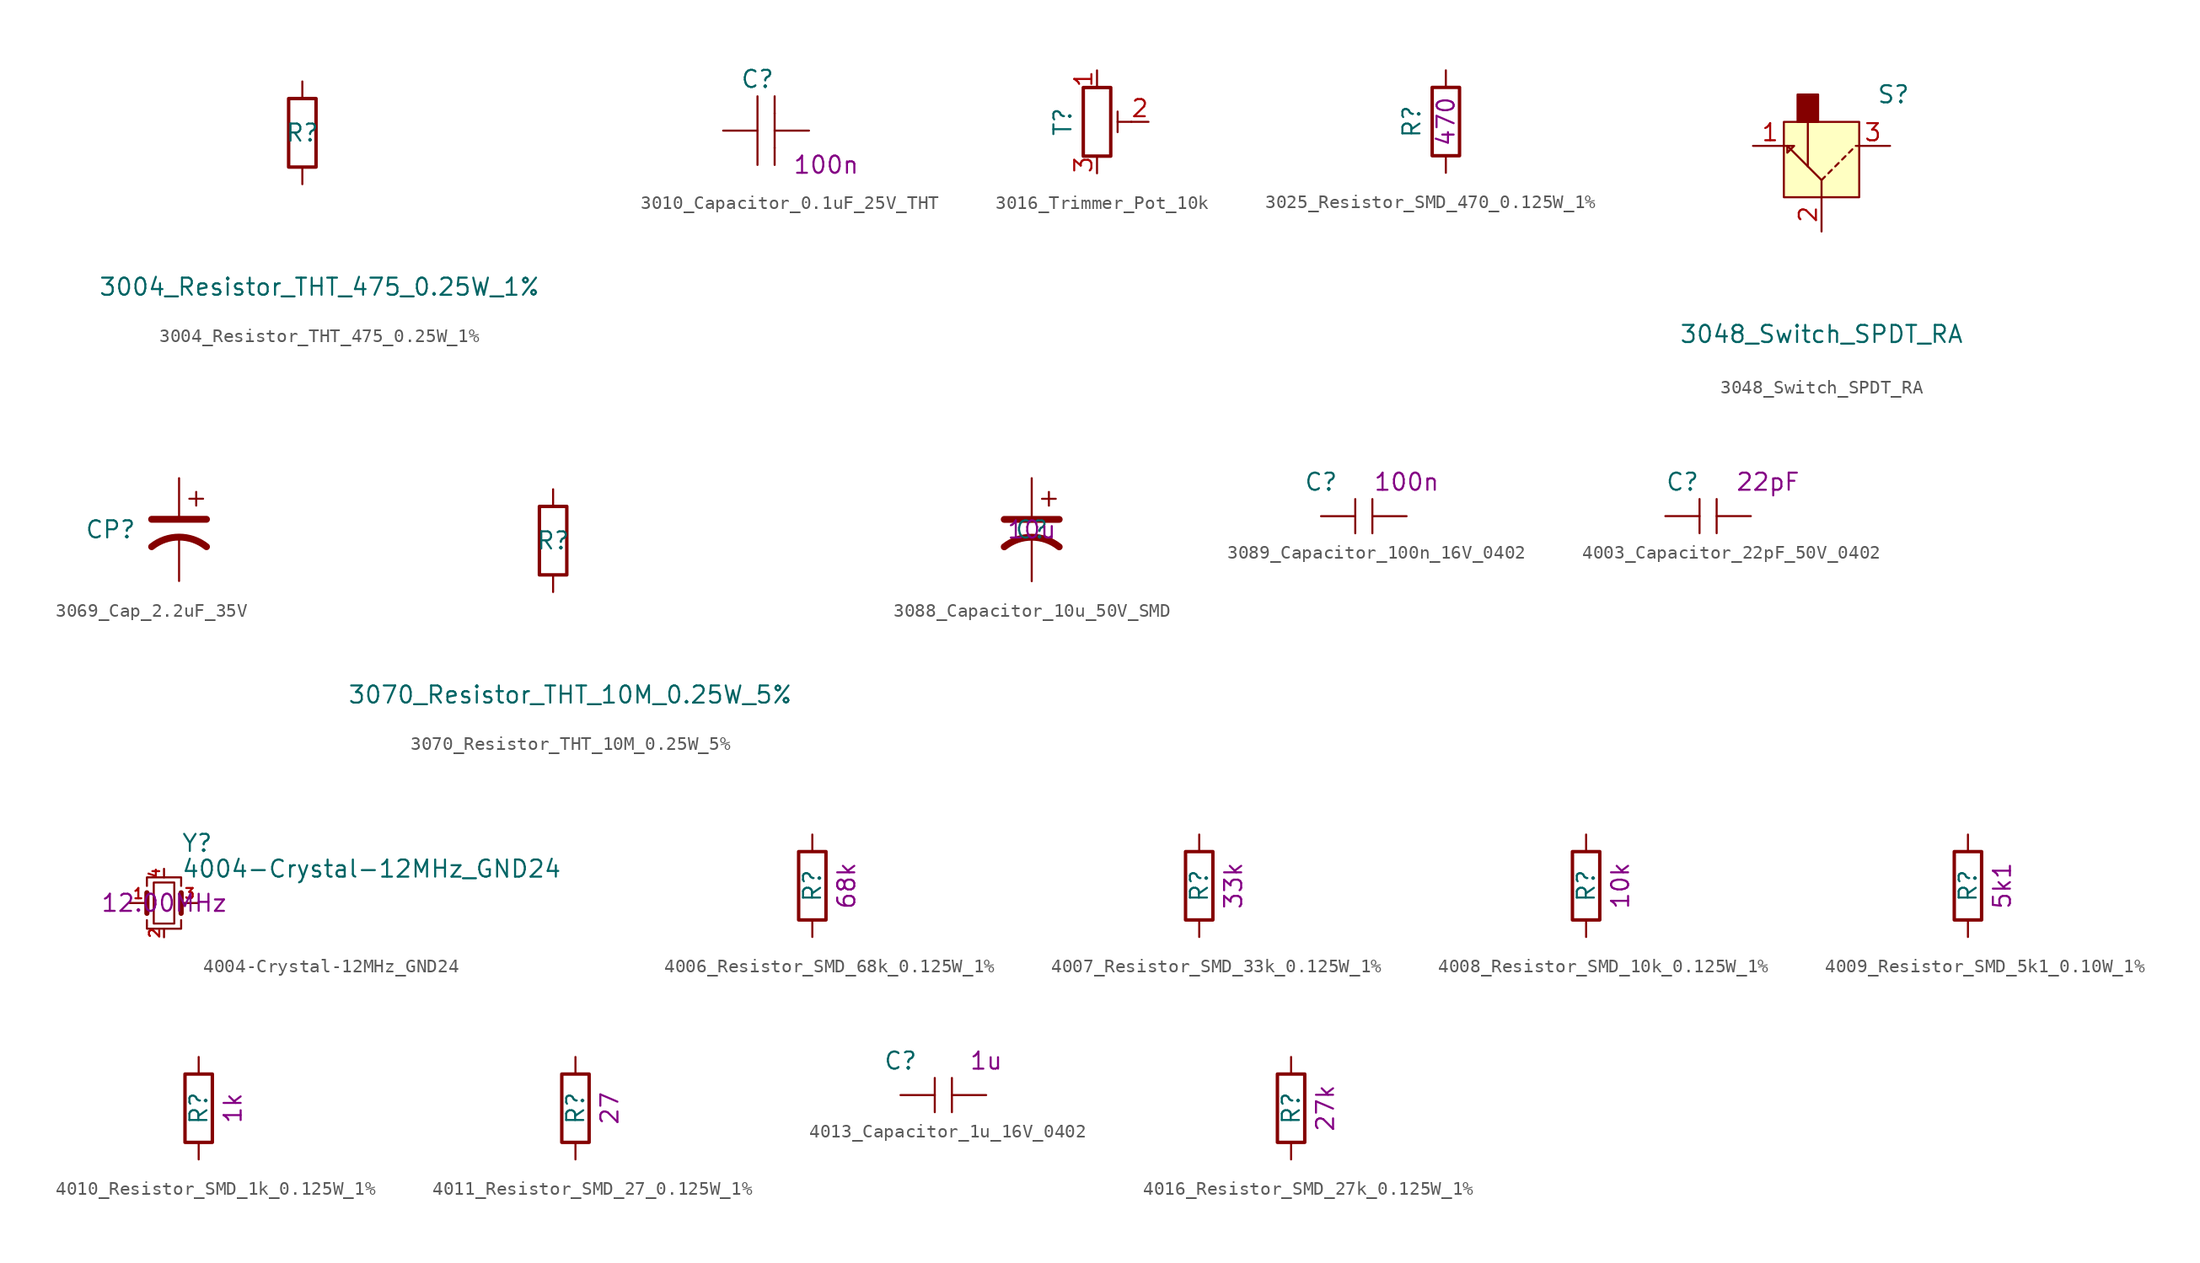
<source format=kicad_sym>
(kicad_symbol_lib
  (version 20211014)
  (generator kicad_symbol_editor)
  (symbol "3004_Resistor_THT_475_0.25W_1%"
    (pin_numbers hide)
    (pin_names
      (offset 1.016))
    (property "Reference" "R"
      (at 0 0 0)
      (effects (font (size 1.27 1.27))))
    (property "Value" "3004_Resistor_THT_475_0.25W_1%"
      (at 1.27 -11.43 0)
      (effects (font (size 1.27 1.27))))
    (symbol "3004_Resistor_THT_475_0.25W_1%_1_1"
      (rectangle (start -1.016 -2.54) (end 1.016 2.54) (stroke (width 0.254) (type default) (color 0 0 0 0)) (fill (type none)))
      (pin passive line (at 0 3.81 270) (length 1.27) (name "~" (effects (font (size 1.27 1.27)))) (number "1" (effects (font (size 1.27 1.27)))))
      (pin passive line (at 0 -3.81 90) (length 1.27) (name "~" (effects (font (size 1.27 1.27)))) (number "2" (effects (font (size 1.27 1.27)))))))
  (symbol "3010_Capacitor_0.1uF_25V_THT"
    (pin_numbers hide)
    (pin_names
      (offset 1.016) hide)
    (property "Reference" "C"
      (at -1.27 3.81 0)
      (effects (font (size 1.27 1.27))))
    (property "Val" "100n"
      (at 3.81 -2.54 0)
      (effects (font (size 1.27 1.27))))
    (symbol "3010_Capacitor_0.1uF_25V_THT_0_1"
      (polyline (pts (xy -1.27 -2.54) (xy -1.27 2.54)) (stroke (width 0) (type default) (color 0 0 0 0)) (fill (type none)))
      (polyline (pts (xy 0 -1.27) (xy 0 -2.54)) (stroke (width 0) (type default) (color 0 0 0 0)) (fill (type none)))
      (polyline (pts (xy 0 1.27) (xy 0 -1.27)) (stroke (width 0) (type default) (color 0 0 0 0)) (fill (type none)))
      (polyline (pts (xy 0 1.27) (xy 0 2.54)) (stroke (width 0) (type default) (color 0 0 0 0)) (fill (type none))))
    (symbol "3010_Capacitor_0.1uF_25V_THT_1_1"
      (pin passive line (at -3.81 0 0) (length 2.54) (name "~" (effects (font (size 1.27 1.27)))) (number "1" (effects (font (size 1.27 1.27)))))
      (pin passive line (at 2.54 0 180) (length 2.54) (name "~" (effects (font (size 1.27 1.27)))) (number "2" (effects (font (size 1.27 1.27)))))))
  (symbol "3016_Trimmer_Pot_10k"
    (pin_names
      (offset 1.016) hide)
    (property "Reference" "T"
      (at -2.54 0 90)
      (effects (font (size 1.27 1.27))))
    (symbol "3016_Trimmer_Pot_10k_0_1"
      (polyline (pts (xy 1.524 0.762) (xy 1.524 -0.762)) (stroke (width 0) (type default) (color 0 0 0 0)) (fill (type none)))
      (polyline (pts (xy 2.54 0) (xy 1.524 0)) (stroke (width 0) (type default) (color 0 0 0 0)) (fill (type none)))
      (rectangle (start 1.016 2.54) (end -1.016 -2.54) (stroke (width 0.254) (type default) (color 0 0 0 0)) (fill (type none))))
    (symbol "3016_Trimmer_Pot_10k_1_1"
      (pin passive line (at 0 3.81 270) (length 1.27) (name "1" (effects (font (size 1.27 1.27)))) (number "1" (effects (font (size 1.27 1.27)))))
      (pin passive line (at 3.81 0 180) (length 1.27) (name "2" (effects (font (size 1.27 1.27)))) (number "2" (effects (font (size 1.27 1.27)))))
      (pin passive line (at 0 -3.81 90) (length 1.27) (name "3" (effects (font (size 1.27 1.27)))) (number "3" (effects (font (size 1.27 1.27)))))))
  (symbol "3025_Resistor_SMD_470_0.125W_1%"
    (pin_numbers hide)
    (pin_names
      (offset 0) hide)
    (property "Reference" "R"
      (at -2.54 0 90)
      (effects (font (size 1.27 1.27))))
    (property "Val" "470"
      (at 0 0 90)
      (effects (font (size 1.27 1.27))))
    (symbol "3025_Resistor_SMD_470_0.125W_1%_1_1"
      (rectangle (start -1.016 -2.54) (end 1.016 2.54) (stroke (width 0.254) (type default) (color 0 0 0 0)) (fill (type none)))
      (pin passive line (at 0 3.81 270) (length 1.27) (name "~" (effects (font (size 1.27 1.27)))) (number "1" (effects (font (size 1.27 1.27)))))
      (pin passive line (at 0 -3.81 90) (length 1.27) (name "~" (effects (font (size 1.27 1.27)))) (number "2" (effects (font (size 1.27 1.27)))))))
  (symbol "3048_Switch_SPDT_RA"
    (pin_names
      (offset 1.016))
    (property "Reference" "S"
      (at 5.334 7.62 0)
      (effects (font (size 1.27 1.27))))
    (property "Value" "3048_Switch_SPDT_RA"
      (at 0 -10.16 0)
      (effects (font (size 1.27 1.27))))
    (symbol "3048_Switch_SPDT_RA_0_1"
      (rectangle (start -2.794 0) (end 2.794 5.588) (stroke (width 0) (type default) (color 0 0 0 0)) (fill (type background)))
      (rectangle (start -1.778 5.588) (end -0.254 7.62) (stroke (width 0) (type default) (color 0 0 0 0)) (fill (type outline)))
      (polyline (pts (xy -1.016 2.286) (xy -1.016 2.286)) (stroke (width 0) (type default) (color 0 0 0 0)) (fill (type none)))
      (polyline (pts (xy -1.016 5.588) (xy -1.016 2.286)) (stroke (width 0) (type default) (color 0 0 0 0)) (fill (type none)))
      (polyline (pts (xy 0 1.27) (xy 0.254 1.524)) (stroke (width 0) (type default) (color 0 0 0 0)) (fill (type none)))
      (polyline (pts (xy 0.508 1.778) (xy 0.762 2.032)) (stroke (width 0) (type default) (color 0 0 0 0)) (fill (type none)))
      (polyline (pts (xy 1.016 2.286) (xy 1.27 2.54)) (stroke (width 0) (type default) (color 0 0 0 0)) (fill (type none)))
      (polyline (pts (xy 1.524 2.794) (xy 1.778 3.048)) (stroke (width 0) (type default) (color 0 0 0 0)) (fill (type none)))
      (polyline (pts (xy 2.032 3.302) (xy 2.286 3.556)) (stroke (width 0) (type default) (color 0 0 0 0)) (fill (type none)))
      (polyline (pts (xy 0 0) (xy 0 1.27) (xy -2.54 3.81)) (stroke (width 0) (type default) (color 0 0 0 0)) (fill (type none)))
      (polyline (pts (xy -2.54 3.81) (xy -2.032 3.81) (xy -2.54 3.302) (xy -2.54 3.81)) (stroke (width 0) (type default) (color 0 0 0 0)) (fill (type none))))
    (symbol "3048_Switch_SPDT_RA_1_1"
      (pin passive line (at -5.08 3.81 0) (length 2.54) (name "~" (effects (font (size 1.27 1.27)))) (number "1" (effects (font (size 1.27 1.27)))))
      (pin passive line (at 0 -2.54 90) (length 2.54) (name "~" (effects (font (size 1.27 1.27)))) (number "2" (effects (font (size 1.27 1.27)))))
      (pin passive line (at 5.08 3.81 180) (length 2.54) (name "~" (effects (font (size 1.27 1.27)))) (number "3" (effects (font (size 1.27 1.27)))))))
  (symbol "3069_Cap_2.2uF_35V"
    (pin_numbers hide)
    (pin_names
      (offset 1.016))
    (property "Reference" "CP"
      (at -5.08 0 0)
      (effects (font (size 1.27 1.27))))
    (symbol "3069_Cap_2.2uF_35V_1_1"
      (polyline (pts (xy -2.032 0.762) (xy 2.032 0.762)) (stroke (width 0.508) (type default) (color 0 0 0 0)) (fill (type none)))
      (polyline (pts (xy 0.762 2.286) (xy 1.778 2.286)) (stroke (width 0) (type default) (color 0 0 0 0)) (fill (type none)))
      (polyline (pts (xy 1.27 1.778) (xy 1.27 2.794)) (stroke (width 0) (type default) (color 0 0 0 0)) (fill (type none)))
      (arc (start 2.032 -1.27) (mid 0 -0.5572) (end -2.032 -1.27) (stroke (width 0.508) (type default) (color 0 0 0 0)) (fill (type none)))
      (pin passive line (at 0 3.81 270) (length 2.794) (name "~" (effects (font (size 1.27 1.27)))) (number "1" (effects (font (size 1.27 1.27)))))
      (pin passive line (at 0 -3.81 90) (length 3.302) (name "~" (effects (font (size 1.27 1.27)))) (number "2" (effects (font (size 1.27 1.27)))))))
  (symbol "3070_Resistor_THT_10M_0.25W_5%"
    (pin_numbers hide)
    (pin_names
      (offset 1.016))
    (property "Reference" "R"
      (at 0 0 0)
      (effects (font (size 1.27 1.27))))
    (property "Value" "3070_Resistor_THT_10M_0.25W_5%"
      (at 1.27 -11.43 0)
      (effects (font (size 1.27 1.27))))
    (symbol "3070_Resistor_THT_10M_0.25W_5%_1_1"
      (rectangle (start -1.016 -2.54) (end 1.016 2.54) (stroke (width 0.254) (type default) (color 0 0 0 0)) (fill (type none)))
      (pin passive line (at 0 3.81 270) (length 1.27) (name "~" (effects (font (size 1.27 1.27)))) (number "1" (effects (font (size 1.27 1.27)))))
      (pin passive line (at 0 -3.81 90) (length 1.27) (name "~" (effects (font (size 1.27 1.27)))) (number "2" (effects (font (size 1.27 1.27)))))))
  (symbol "3088_Capacitor_10u_50V_SMD"
    (pin_numbers hide)
    (pin_names
      (offset 1.016) hide)
    (property "Reference" "C"
      (at 0 0 0)
      (effects (font (size 1.27 1.27))))
    (property "Val" "10u"
      (at 0 0 0)
      (effects (font (size 1.27 1.27))))
    (symbol "3088_Capacitor_10u_50V_SMD_1_1"
      (polyline (pts (xy -2.032 0.762) (xy 2.032 0.762)) (stroke (width 0.508) (type default) (color 0 0 0 0)) (fill (type none)))
      (polyline (pts (xy 0.762 2.286) (xy 1.778 2.286)) (stroke (width 0) (type default) (color 0 0 0 0)) (fill (type none)))
      (polyline (pts (xy 1.27 1.778) (xy 1.27 2.794)) (stroke (width 0) (type default) (color 0 0 0 0)) (fill (type none)))
      (arc (start 2.032 -1.27) (mid 0 -0.5572) (end -2.032 -1.27) (stroke (width 0.508) (type default) (color 0 0 0 0)) (fill (type none)))
      (pin passive line (at 0 3.81 270) (length 2.794) (name "~" (effects (font (size 1.27 1.27)))) (number "1" (effects (font (size 1.27 1.27)))))
      (pin passive line (at 0 -3.81 90) (length 3.302) (name "~" (effects (font (size 1.27 1.27)))) (number "2" (effects (font (size 1.27 1.27)))))))
  (symbol "3089_Capacitor_100n_16V_0402"
    (pin_numbers hide)
    (pin_names
      (offset 1.016) hide)
    (property "Reference" "C"
      (at -3.81 2.54 0)
      (effects (font (size 1.27 1.27))))
    (property "Val" "100n"
      (at 2.54 2.54 0)
      (effects (font (size 1.27 1.27))))
    (symbol "3089_Capacitor_100n_16V_0402_1_1"
      (polyline (pts (xy -1.27 -1.27) (xy -1.27 1.27)) (stroke (width 0) (type default) (color 0 0 0 0)) (fill (type none)))
      (polyline (pts (xy 0 1.27) (xy 0 -1.27)) (stroke (width 0) (type default) (color 0 0 0 0)) (fill (type none)))
      (pin passive line (at -3.81 0 0) (length 2.54) (name "~" (effects (font (size 1.27 1.27)))) (number "1" (effects (font (size 1.27 1.27)))))
      (pin passive line (at 2.54 0 180) (length 2.54) (name "~" (effects (font (size 1.27 1.27)))) (number "2" (effects (font (size 1.27 1.27)))))))
  (symbol "4003_Capacitor_22pF_50V_0402"
    (pin_numbers hide)
    (pin_names
      (offset 1.016) hide)
    (property "Reference" "C"
      (at -2.54 2.54 0)
      (effects (font (size 1.27 1.27))))
    (property "Val" "22pF"
      (at 3.81 2.54 0)
      (effects (font (size 1.27 1.27))))
    (symbol "4003_Capacitor_22pF_50V_0402_1_1"
      (polyline (pts (xy -1.27 -1.27) (xy -1.27 1.27)) (stroke (width 0) (type default) (color 0 0 0 0)) (fill (type none)))
      (polyline (pts (xy 0 1.27) (xy 0 -1.27)) (stroke (width 0) (type default) (color 0 0 0 0)) (fill (type none)))
      (pin passive line (at -3.81 0 0) (length 2.54) (name "~" (effects (font (size 1.27 1.27)))) (number "1" (effects (font (size 1.27 1.27)))))
      (pin passive line (at 2.54 0 180) (length 2.54) (name "~" (effects (font (size 1.27 1.27)))) (number "2" (effects (font (size 1.27 1.27)))))))
  (symbol "4004-Crystal-12MHz_GND24"
    (pin_names
      (offset 1.016) hide)
    (property "Reference" "Y"
      (at 1.27 4.445 0)
      (effects (font (size 1.27 1.27)) (justify left)))
    (property "Value" "4004-Crystal-12MHz_GND24"
      (at 1.27 2.54 0)
      (effects (font (size 1.27 1.27)) (justify left)))
    (property "Val" "12.00MHz"
      (at 0 0 0)
      (effects (font (size 1.27 1.27))))
    (symbol "4004-Crystal-12MHz_GND24_0_1"
      (rectangle (start -0.762 -1.524) (end 0.762 1.524) (stroke (width 0) (type default) (color 0 0 0 0)) (fill (type none)))
      (polyline (pts (xy -1.27 -0.762) (xy -1.27 0.762)) (stroke (width 0.381) (type default) (color 0 0 0 0)) (fill (type none)))
      (polyline (pts (xy 1.27 -0.762) (xy 1.27 0.762)) (stroke (width 0.381) (type default) (color 0 0 0 0)) (fill (type none)))
      (polyline (pts (xy -1.27 -1.27) (xy -1.27 -1.905) (xy 1.27 -1.905) (xy 1.27 -1.27)) (stroke (width 0) (type default) (color 0 0 0 0)) (fill (type none)))
      (polyline (pts (xy -1.27 1.27) (xy -1.27 1.905) (xy 1.27 1.905) (xy 1.27 1.27)) (stroke (width 0) (type default) (color 0 0 0 0)) (fill (type none))))
    (symbol "4004-Crystal-12MHz_GND24_1_1"
      (pin passive line (at -2.54 0 0) (length 1.27) (name "1" (effects (font (size 1.27 1.27)))) (number "1" (effects (font (size 0.762 0.762)))))
      (pin passive line (at 0 -2.54 90) (length 0.635) (name "2" (effects (font (size 1.27 1.27)))) (number "2" (effects (font (size 0.762 0.762)))))
      (pin passive line (at 2.54 0 180) (length 1.27) (name "3" (effects (font (size 1.27 1.27)))) (number "3" (effects (font (size 0.762 0.762)))))
      (pin passive line (at 0 2.54 270) (length 0.635) (name "4" (effects (font (size 1.27 1.27)))) (number "4" (effects (font (size 0.762 0.762)))))))
  (symbol "4006_Resistor_SMD_68k_0.125W_1%"
    (pin_numbers hide)
    (pin_names
      (offset 0) hide)
    (property "Reference" "R"
      (at 0 0 90)
      (effects (font (size 1.27 1.27))))
    (property "Val" "68k"
      (at 2.54 0 90)
      (effects (font (size 1.27 1.27))))
    (symbol "4006_Resistor_SMD_68k_0.125W_1%_1_1"
      (rectangle (start -1.016 -2.54) (end 1.016 2.54) (stroke (width 0.254) (type default) (color 0 0 0 0)) (fill (type none)))
      (pin passive line (at 0 3.81 270) (length 1.27) (name "~" (effects (font (size 1.27 1.27)))) (number "1" (effects (font (size 1.27 1.27)))))
      (pin passive line (at 0 -3.81 90) (length 1.27) (name "~" (effects (font (size 1.27 1.27)))) (number "2" (effects (font (size 1.27 1.27)))))))
  (symbol "4007_Resistor_SMD_33k_0.125W_1%"
    (pin_numbers hide)
    (pin_names
      (offset 0) hide)
    (property "Reference" "R"
      (at 0 0 90)
      (effects (font (size 1.27 1.27))))
    (property "Val" "33k"
      (at 2.54 0 90)
      (effects (font (size 1.27 1.27))))
    (symbol "4007_Resistor_SMD_33k_0.125W_1%_1_1"
      (rectangle (start -1.016 -2.54) (end 1.016 2.54) (stroke (width 0.254) (type default) (color 0 0 0 0)) (fill (type none)))
      (pin passive line (at 0 3.81 270) (length 1.27) (name "~" (effects (font (size 1.27 1.27)))) (number "1" (effects (font (size 1.27 1.27)))))
      (pin passive line (at 0 -3.81 90) (length 1.27) (name "~" (effects (font (size 1.27 1.27)))) (number "2" (effects (font (size 1.27 1.27)))))))
  (symbol "4008_Resistor_SMD_10k_0.125W_1%"
    (pin_numbers hide)
    (pin_names
      (offset 0) hide)
    (property "Reference" "R"
      (at 0 0 90)
      (effects (font (size 1.27 1.27))))
    (property "Val" "10k"
      (at 2.54 0 90)
      (effects (font (size 1.27 1.27))))
    (symbol "4008_Resistor_SMD_10k_0.125W_1%_1_1"
      (rectangle (start -1.016 -2.54) (end 1.016 2.54) (stroke (width 0.254) (type default) (color 0 0 0 0)) (fill (type none)))
      (pin passive line (at 0 3.81 270) (length 1.27) (name "~" (effects (font (size 1.27 1.27)))) (number "1" (effects (font (size 1.27 1.27)))))
      (pin passive line (at 0 -3.81 90) (length 1.27) (name "~" (effects (font (size 1.27 1.27)))) (number "2" (effects (font (size 1.27 1.27)))))))
  (symbol "4009_Resistor_SMD_5k1_0.10W_1%"
    (pin_numbers hide)
    (pin_names
      (offset 0) hide)
    (property "Reference" "R"
      (at 0 0 90)
      (effects (font (size 1.27 1.27))))
    (property "Val" "5k1"
      (at 2.54 0 90)
      (effects (font (size 1.27 1.27))))
    (symbol "4009_Resistor_SMD_5k1_0.10W_1%_1_1"
      (rectangle (start -1.016 -2.54) (end 1.016 2.54) (stroke (width 0.254) (type default) (color 0 0 0 0)) (fill (type none)))
      (pin passive line (at 0 3.81 270) (length 1.27) (name "~" (effects (font (size 1.27 1.27)))) (number "1" (effects (font (size 1.27 1.27)))))
      (pin passive line (at 0 -3.81 90) (length 1.27) (name "~" (effects (font (size 1.27 1.27)))) (number "2" (effects (font (size 1.27 1.27)))))))
  (symbol "4010_Resistor_SMD_1k_0.125W_1%"
    (pin_numbers hide)
    (pin_names
      (offset 0) hide)
    (property "Reference" "R"
      (at 0 0 90)
      (effects (font (size 1.27 1.27))))
    (property "Val" "1k"
      (at 2.54 0 90)
      (effects (font (size 1.27 1.27))))
    (symbol "4010_Resistor_SMD_1k_0.125W_1%_1_1"
      (rectangle (start -1.016 -2.54) (end 1.016 2.54) (stroke (width 0.254) (type default) (color 0 0 0 0)) (fill (type none)))
      (pin passive line (at 0 3.81 270) (length 1.27) (name "~" (effects (font (size 1.27 1.27)))) (number "1" (effects (font (size 1.27 1.27)))))
      (pin passive line (at 0 -3.81 90) (length 1.27) (name "~" (effects (font (size 1.27 1.27)))) (number "2" (effects (font (size 1.27 1.27)))))))
  (symbol "4011_Resistor_SMD_27_0.125W_1%"
    (pin_numbers hide)
    (pin_names
      (offset 0) hide)
    (property "Reference" "R"
      (at 0 0 90)
      (effects (font (size 1.27 1.27))))
    (property "Val" "27"
      (at 2.54 0 90)
      (effects (font (size 1.27 1.27))))
    (symbol "4011_Resistor_SMD_27_0.125W_1%_1_1"
      (rectangle (start -1.016 -2.54) (end 1.016 2.54) (stroke (width 0.254) (type default) (color 0 0 0 0)) (fill (type none)))
      (pin passive line (at 0 3.81 270) (length 1.27) (name "~" (effects (font (size 1.27 1.27)))) (number "1" (effects (font (size 1.27 1.27)))))
      (pin passive line (at 0 -3.81 90) (length 1.27) (name "~" (effects (font (size 1.27 1.27)))) (number "2" (effects (font (size 1.27 1.27)))))))
  (symbol "4013_Capacitor_1u_16V_0402"
    (pin_numbers hide)
    (pin_names
      (offset 1.016) hide)
    (property "Reference" "C"
      (at -3.81 2.54 0)
      (effects (font (size 1.27 1.27))))
    (property "Val" "1u"
      (at 2.54 2.54 0)
      (effects (font (size 1.27 1.27))))
    (symbol "4013_Capacitor_1u_16V_0402_1_1"
      (polyline (pts (xy -1.27 -1.27) (xy -1.27 1.27)) (stroke (width 0) (type default) (color 0 0 0 0)) (fill (type none)))
      (polyline (pts (xy 0 1.27) (xy 0 -1.27)) (stroke (width 0) (type default) (color 0 0 0 0)) (fill (type none)))
      (pin passive line (at -3.81 0 0) (length 2.54) (name "~" (effects (font (size 1.27 1.27)))) (number "1" (effects (font (size 1.27 1.27)))))
      (pin passive line (at 2.54 0 180) (length 2.54) (name "~" (effects (font (size 1.27 1.27)))) (number "2" (effects (font (size 1.27 1.27)))))))
  (symbol "4016_Resistor_SMD_27k_0.125W_1%"
    (pin_numbers hide)
    (pin_names
      (offset 0) hide)
    (property "Reference" "R"
      (at 0 0 90)
      (effects (font (size 1.27 1.27))))
    (property "Val" "27k"
      (at 2.54 0 90)
      (effects (font (size 1.27 1.27))))
    (symbol "4016_Resistor_SMD_27k_0.125W_1%_1_1"
      (rectangle (start -1.016 -2.54) (end 1.016 2.54) (stroke (width 0.254) (type default) (color 0 0 0 0)) (fill (type none)))
      (pin passive line (at 0 3.81 270) (length 1.27) (name "~" (effects (font (size 1.27 1.27)))) (number "1" (effects (font (size 1.27 1.27)))))
      (pin passive line (at 0 -3.81 90) (length 1.27) (name "~" (effects (font (size 1.27 1.27)))) (number "2" (effects (font (size 1.27 1.27))))))))
</source>
